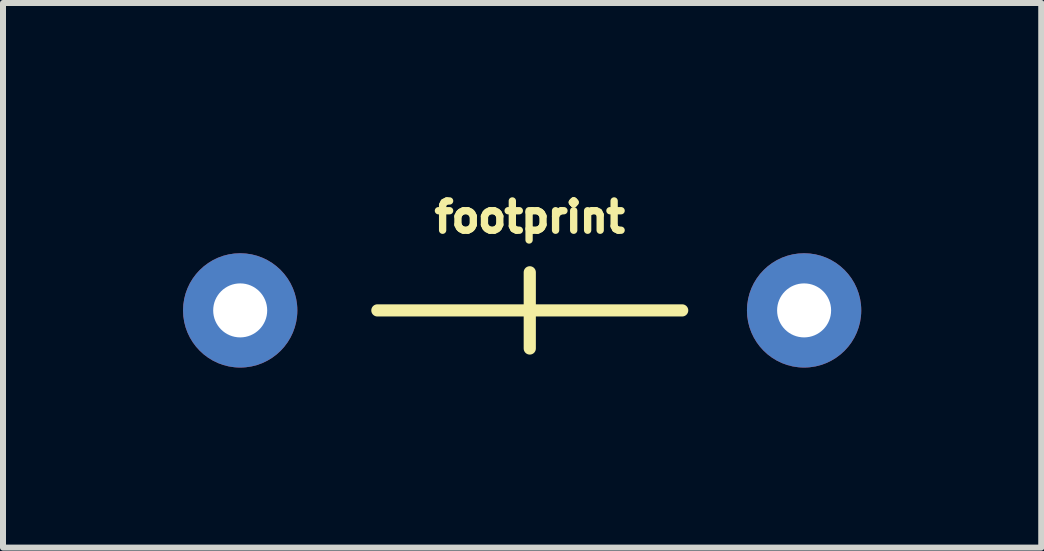
<source format=kicad_pcb>
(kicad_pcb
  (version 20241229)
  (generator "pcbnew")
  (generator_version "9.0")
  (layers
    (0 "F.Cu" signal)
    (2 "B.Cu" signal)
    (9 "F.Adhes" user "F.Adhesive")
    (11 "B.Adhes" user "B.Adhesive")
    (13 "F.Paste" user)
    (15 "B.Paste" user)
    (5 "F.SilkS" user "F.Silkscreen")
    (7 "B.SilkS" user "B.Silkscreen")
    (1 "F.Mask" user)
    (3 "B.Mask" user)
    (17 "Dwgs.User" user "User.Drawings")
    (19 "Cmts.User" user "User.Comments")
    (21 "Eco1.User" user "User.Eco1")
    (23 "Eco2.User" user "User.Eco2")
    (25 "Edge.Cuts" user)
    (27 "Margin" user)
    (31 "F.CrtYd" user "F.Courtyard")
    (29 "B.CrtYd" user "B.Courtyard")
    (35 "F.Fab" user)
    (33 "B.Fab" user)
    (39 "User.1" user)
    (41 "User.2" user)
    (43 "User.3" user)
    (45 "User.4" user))
  (footprint "footprint"
    (layer "F.Cu")
    (at 5.779 2.123)
    (property "Reference" "footprint" (at 0 -1.27 0) (layer "F.SilkS") (effects (font (size 0.488 0.488) (thickness 0.122)) (justify bottom)))
    (fp_line (start 0 -0.635) (end 0 0) (stroke (width 0.203) (type solid)) (layer "F.SilkS"))
    (fp_line (start 0 0) (end -2.54 0) (stroke (width 0.203) (type solid)) (layer "F.SilkS"))
    (fp_line (start 0 0) (end 0 0.635) (stroke (width 0.203) (type solid)) (layer "F.SilkS"))
    (fp_line (start 0 0) (end 2.54 0) (stroke (width 0.203) (type solid)) (layer "F.SilkS"))
    (pad "1" thru_hole circle (at -4.826 0) (size 1.905 1.905) (drill 0.9) (layers "*.Cu" "*.Mask"))
    (pad "2" thru_hole circle (at 4.572 0) (size 1.905 1.905) (drill 0.9) (layers "*.Cu" "*.Mask")))
  (gr_rect
    (start -3 -3)
    (end 14.303 6.076)
    (stroke (width 0.1) (type default))
    (fill no)
    (layer "Edge.Cuts")))
</source>
